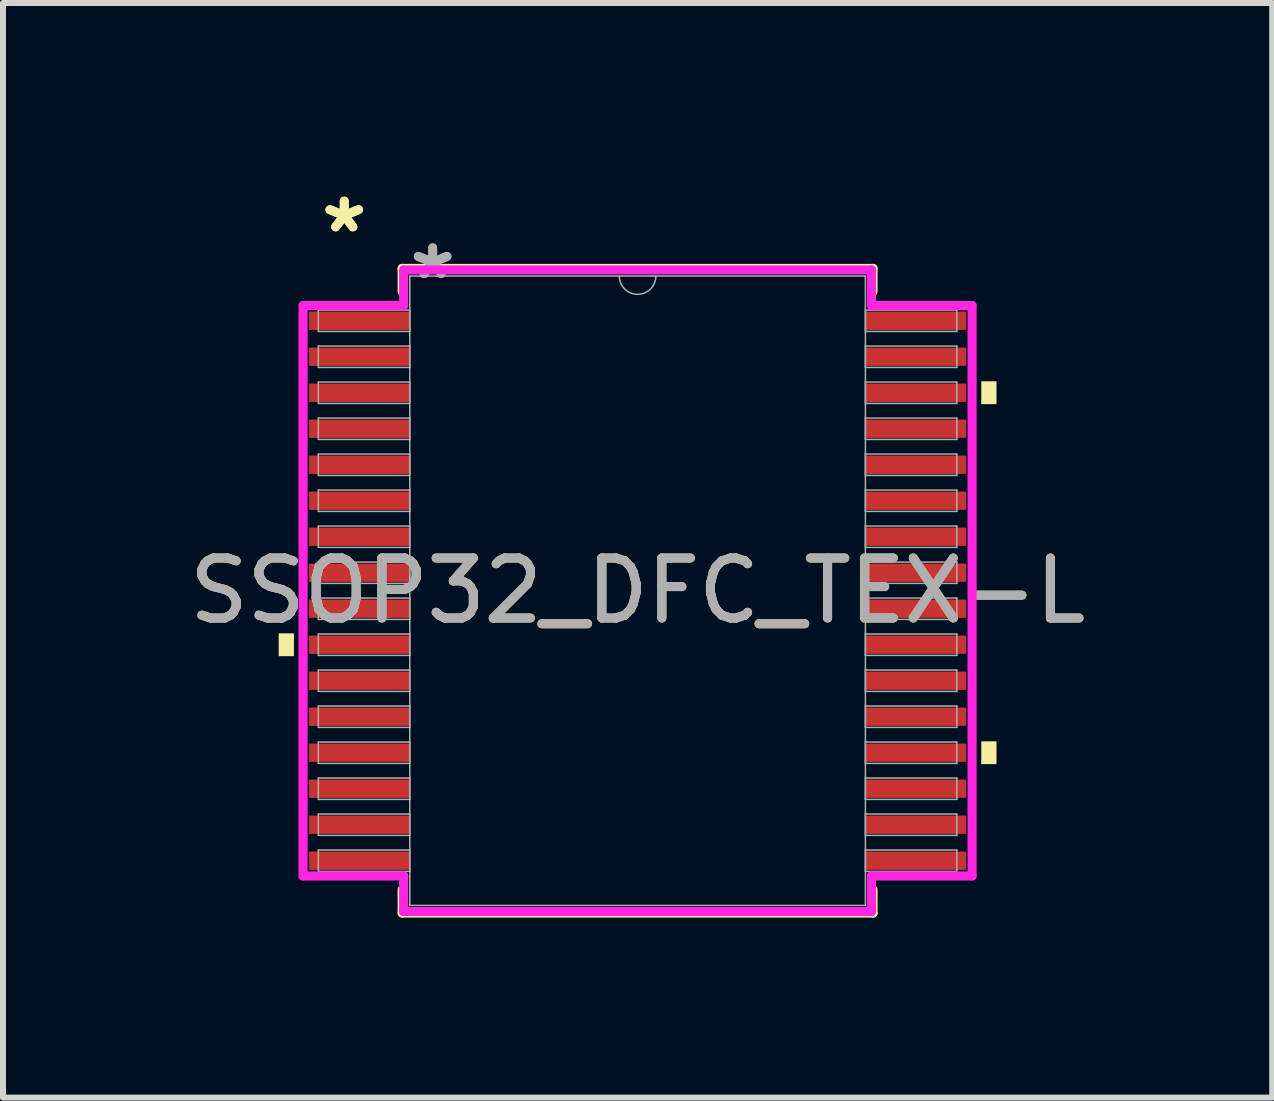
<source format=kicad_pcb>
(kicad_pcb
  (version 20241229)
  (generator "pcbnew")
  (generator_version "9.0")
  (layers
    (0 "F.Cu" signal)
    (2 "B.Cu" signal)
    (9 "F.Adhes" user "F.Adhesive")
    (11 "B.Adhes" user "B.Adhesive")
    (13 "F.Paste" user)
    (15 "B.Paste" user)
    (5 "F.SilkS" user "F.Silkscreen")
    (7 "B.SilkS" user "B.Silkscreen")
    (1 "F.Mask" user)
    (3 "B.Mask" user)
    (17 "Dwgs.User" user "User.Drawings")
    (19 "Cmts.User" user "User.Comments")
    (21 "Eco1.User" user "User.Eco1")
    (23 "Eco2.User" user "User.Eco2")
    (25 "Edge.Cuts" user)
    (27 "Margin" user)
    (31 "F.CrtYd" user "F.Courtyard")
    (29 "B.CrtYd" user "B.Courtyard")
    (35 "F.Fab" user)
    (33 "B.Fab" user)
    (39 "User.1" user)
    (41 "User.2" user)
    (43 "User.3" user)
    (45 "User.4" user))
  (footprint "SSOP32_DFC_TEX-L"
    (layer "F.Cu")
    (at 7.577 6.796)
    (property "Reference" "SSOP32_DFC_TEX-L" (at 0 0 0) (unlocked yes) (layer "F.SilkS") (effects (font (size 1 1) (thickness 0.15))))
    (attr smd)
    (fp_line (start -3.924 -5.372) (end -3.924 -4.985) (stroke (width 0.152) (type solid)) (layer "F.SilkS"))
    (fp_line (start -3.924 4.985) (end -3.924 5.372) (stroke (width 0.152) (type solid)) (layer "F.SilkS"))
    (fp_line (start -3.924 5.372) (end 3.924 5.372) (stroke (width 0.152) (type solid)) (layer "F.SilkS"))
    (fp_line (start 3.924 -5.372) (end -3.924 -5.372) (stroke (width 0.152) (type solid)) (layer "F.SilkS"))
    (fp_line (start 3.924 -4.985) (end 3.924 -5.372) (stroke (width 0.152) (type solid)) (layer "F.SilkS"))
    (fp_line (start 3.924 5.372) (end 3.924 4.985) (stroke (width 0.152) (type solid)) (layer "F.SilkS"))
    (fp_poly (pts (xy -5.982 0.71) (xy -5.982 1.091) (xy -5.728 1.091) (xy -5.728 0.71)) (stroke (width 0) (type solid)) (fill yes) (layer "F.SilkS"))
    (fp_poly (pts (xy 5.982 -3.491) (xy 5.982 -3.11) (xy 5.728 -3.11) (xy 5.728 -3.491)) (stroke (width 0) (type solid)) (fill yes) (layer "F.SilkS"))
    (fp_poly (pts (xy 5.982 2.51) (xy 5.982 2.89) (xy 5.728 2.89) (xy 5.728 2.51)) (stroke (width 0) (type solid)) (fill yes) (layer "F.SilkS"))
    (fp_line (start -5.575 -4.754) (end -3.899 -4.754) (stroke (width 0.152) (type solid)) (layer "F.CrtYd"))
    (fp_line (start -5.575 4.754) (end -5.575 -4.754) (stroke (width 0.152) (type solid)) (layer "F.CrtYd"))
    (fp_line (start -5.575 4.754) (end -3.899 4.754) (stroke (width 0.152) (type solid)) (layer "F.CrtYd"))
    (fp_line (start -3.899 -5.347) (end 3.899 -5.347) (stroke (width 0.152) (type solid)) (layer "F.CrtYd"))
    (fp_line (start -3.899 -4.754) (end -3.899 -5.347) (stroke (width 0.152) (type solid)) (layer "F.CrtYd"))
    (fp_line (start -3.899 5.347) (end -3.899 4.754) (stroke (width 0.152) (type solid)) (layer "F.CrtYd"))
    (fp_line (start 3.899 -5.347) (end 3.899 -4.754) (stroke (width 0.152) (type solid)) (layer "F.CrtYd"))
    (fp_line (start 3.899 4.754) (end 3.899 5.347) (stroke (width 0.152) (type solid)) (layer "F.CrtYd"))
    (fp_line (start 3.899 5.347) (end -3.899 5.347) (stroke (width 0.152) (type solid)) (layer "F.CrtYd"))
    (fp_line (start 5.575 -4.754) (end 3.899 -4.754) (stroke (width 0.152) (type solid)) (layer "F.CrtYd"))
    (fp_line (start 5.575 -4.754) (end 5.575 4.754) (stroke (width 0.152) (type solid)) (layer "F.CrtYd"))
    (fp_line (start 5.575 4.754) (end 3.899 4.754) (stroke (width 0.152) (type solid)) (layer "F.CrtYd"))
    (fp_line (start -5.321 -4.678) (end -5.321 -4.322) (stroke (width 0.025) (type solid)) (layer "F.Fab"))
    (fp_line (start -5.321 -4.322) (end -3.797 -4.322) (stroke (width 0.025) (type solid)) (layer "F.Fab"))
    (fp_line (start -5.321 -4.078) (end -5.321 -3.722) (stroke (width 0.025) (type solid)) (layer "F.Fab"))
    (fp_line (start -5.321 -3.722) (end -3.797 -3.722) (stroke (width 0.025) (type solid)) (layer "F.Fab"))
    (fp_line (start -5.321 -3.478) (end -5.321 -3.122) (stroke (width 0.025) (type solid)) (layer "F.Fab"))
    (fp_line (start -5.321 -3.122) (end -3.797 -3.122) (stroke (width 0.025) (type solid)) (layer "F.Fab"))
    (fp_line (start -5.321 -2.878) (end -5.321 -2.522) (stroke (width 0.025) (type solid)) (layer "F.Fab"))
    (fp_line (start -5.321 -2.522) (end -3.797 -2.522) (stroke (width 0.025) (type solid)) (layer "F.Fab"))
    (fp_line (start -5.321 -2.278) (end -5.321 -1.922) (stroke (width 0.025) (type solid)) (layer "F.Fab"))
    (fp_line (start -5.321 -1.922) (end -3.797 -1.922) (stroke (width 0.025) (type solid)) (layer "F.Fab"))
    (fp_line (start -5.321 -1.678) (end -5.321 -1.322) (stroke (width 0.025) (type solid)) (layer "F.Fab"))
    (fp_line (start -5.321 -1.322) (end -3.797 -1.322) (stroke (width 0.025) (type solid)) (layer "F.Fab"))
    (fp_line (start -5.321 -1.078) (end -5.321 -0.722) (stroke (width 0.025) (type solid)) (layer "F.Fab"))
    (fp_line (start -5.321 -0.722) (end -3.797 -0.722) (stroke (width 0.025) (type solid)) (layer "F.Fab"))
    (fp_line (start -5.321 -0.478) (end -5.321 -0.122) (stroke (width 0.025) (type solid)) (layer "F.Fab"))
    (fp_line (start -5.321 -0.122) (end -3.797 -0.122) (stroke (width 0.025) (type solid)) (layer "F.Fab"))
    (fp_line (start -5.321 0.122) (end -5.321 0.478) (stroke (width 0.025) (type solid)) (layer "F.Fab"))
    (fp_line (start -5.321 0.478) (end -3.797 0.478) (stroke (width 0.025) (type solid)) (layer "F.Fab"))
    (fp_line (start -5.321 0.722) (end -5.321 1.078) (stroke (width 0.025) (type solid)) (layer "F.Fab"))
    (fp_line (start -5.321 1.078) (end -3.797 1.078) (stroke (width 0.025) (type solid)) (layer "F.Fab"))
    (fp_line (start -5.321 1.322) (end -5.321 1.678) (stroke (width 0.025) (type solid)) (layer "F.Fab"))
    (fp_line (start -5.321 1.678) (end -3.797 1.678) (stroke (width 0.025) (type solid)) (layer "F.Fab"))
    (fp_line (start -5.321 1.922) (end -5.321 2.278) (stroke (width 0.025) (type solid)) (layer "F.Fab"))
    (fp_line (start -5.321 2.278) (end -3.797 2.278) (stroke (width 0.025) (type solid)) (layer "F.Fab"))
    (fp_line (start -5.321 2.522) (end -5.321 2.878) (stroke (width 0.025) (type solid)) (layer "F.Fab"))
    (fp_line (start -5.321 2.878) (end -3.797 2.878) (stroke (width 0.025) (type solid)) (layer "F.Fab"))
    (fp_line (start -5.321 3.122) (end -5.321 3.478) (stroke (width 0.025) (type solid)) (layer "F.Fab"))
    (fp_line (start -5.321 3.478) (end -3.797 3.478) (stroke (width 0.025) (type solid)) (layer "F.Fab"))
    (fp_line (start -5.321 3.722) (end -5.321 4.078) (stroke (width 0.025) (type solid)) (layer "F.Fab"))
    (fp_line (start -5.321 4.078) (end -3.797 4.078) (stroke (width 0.025) (type solid)) (layer "F.Fab"))
    (fp_line (start -5.321 4.322) (end -5.321 4.678) (stroke (width 0.025) (type solid)) (layer "F.Fab"))
    (fp_line (start -5.321 4.678) (end -3.797 4.678) (stroke (width 0.025) (type solid)) (layer "F.Fab"))
    (fp_line (start -3.797 -5.245) (end -3.797 5.245) (stroke (width 0.025) (type solid)) (layer "F.Fab"))
    (fp_line (start -3.797 -4.678) (end -5.321 -4.678) (stroke (width 0.025) (type solid)) (layer "F.Fab"))
    (fp_line (start -3.797 -4.322) (end -3.797 -4.678) (stroke (width 0.025) (type solid)) (layer "F.Fab"))
    (fp_line (start -3.797 -4.078) (end -5.321 -4.078) (stroke (width 0.025) (type solid)) (layer "F.Fab"))
    (fp_line (start -3.797 -3.722) (end -3.797 -4.078) (stroke (width 0.025) (type solid)) (layer "F.Fab"))
    (fp_line (start -3.797 -3.478) (end -5.321 -3.478) (stroke (width 0.025) (type solid)) (layer "F.Fab"))
    (fp_line (start -3.797 -3.122) (end -3.797 -3.478) (stroke (width 0.025) (type solid)) (layer "F.Fab"))
    (fp_line (start -3.797 -2.878) (end -5.321 -2.878) (stroke (width 0.025) (type solid)) (layer "F.Fab"))
    (fp_line (start -3.797 -2.522) (end -3.797 -2.878) (stroke (width 0.025) (type solid)) (layer "F.Fab"))
    (fp_line (start -3.797 -2.278) (end -5.321 -2.278) (stroke (width 0.025) (type solid)) (layer "F.Fab"))
    (fp_line (start -3.797 -1.922) (end -3.797 -2.278) (stroke (width 0.025) (type solid)) (layer "F.Fab"))
    (fp_line (start -3.797 -1.678) (end -5.321 -1.678) (stroke (width 0.025) (type solid)) (layer "F.Fab"))
    (fp_line (start -3.797 -1.322) (end -3.797 -1.678) (stroke (width 0.025) (type solid)) (layer "F.Fab"))
    (fp_line (start -3.797 -1.078) (end -5.321 -1.078) (stroke (width 0.025) (type solid)) (layer "F.Fab"))
    (fp_line (start -3.797 -0.722) (end -3.797 -1.078) (stroke (width 0.025) (type solid)) (layer "F.Fab"))
    (fp_line (start -3.797 -0.478) (end -5.321 -0.478) (stroke (width 0.025) (type solid)) (layer "F.Fab"))
    (fp_line (start -3.797 -0.122) (end -3.797 -0.478) (stroke (width 0.025) (type solid)) (layer "F.Fab"))
    (fp_line (start -3.797 0.122) (end -5.321 0.122) (stroke (width 0.025) (type solid)) (layer "F.Fab"))
    (fp_line (start -3.797 0.478) (end -3.797 0.122) (stroke (width 0.025) (type solid)) (layer "F.Fab"))
    (fp_line (start -3.797 0.722) (end -5.321 0.722) (stroke (width 0.025) (type solid)) (layer "F.Fab"))
    (fp_line (start -3.797 1.078) (end -3.797 0.722) (stroke (width 0.025) (type solid)) (layer "F.Fab"))
    (fp_line (start -3.797 1.322) (end -5.321 1.322) (stroke (width 0.025) (type solid)) (layer "F.Fab"))
    (fp_line (start -3.797 1.678) (end -3.797 1.322) (stroke (width 0.025) (type solid)) (layer "F.Fab"))
    (fp_line (start -3.797 1.922) (end -5.321 1.922) (stroke (width 0.025) (type solid)) (layer "F.Fab"))
    (fp_line (start -3.797 2.278) (end -3.797 1.922) (stroke (width 0.025) (type solid)) (layer "F.Fab"))
    (fp_line (start -3.797 2.522) (end -5.321 2.522) (stroke (width 0.025) (type solid)) (layer "F.Fab"))
    (fp_line (start -3.797 2.878) (end -3.797 2.522) (stroke (width 0.025) (type solid)) (layer "F.Fab"))
    (fp_line (start -3.797 3.122) (end -5.321 3.122) (stroke (width 0.025) (type solid)) (layer "F.Fab"))
    (fp_line (start -3.797 3.478) (end -3.797 3.122) (stroke (width 0.025) (type solid)) (layer "F.Fab"))
    (fp_line (start -3.797 3.722) (end -5.321 3.722) (stroke (width 0.025) (type solid)) (layer "F.Fab"))
    (fp_line (start -3.797 4.078) (end -3.797 3.722) (stroke (width 0.025) (type solid)) (layer "F.Fab"))
    (fp_line (start -3.797 4.322) (end -5.321 4.322) (stroke (width 0.025) (type solid)) (layer "F.Fab"))
    (fp_line (start -3.797 4.678) (end -3.797 4.322) (stroke (width 0.025) (type solid)) (layer "F.Fab"))
    (fp_line (start -3.797 5.245) (end 3.797 5.245) (stroke (width 0.025) (type solid)) (layer "F.Fab"))
    (fp_line (start 3.797 -5.245) (end -3.797 -5.245) (stroke (width 0.025) (type solid)) (layer "F.Fab"))
    (fp_line (start 3.797 -4.678) (end 3.797 -4.322) (stroke (width 0.025) (type solid)) (layer "F.Fab"))
    (fp_line (start 3.797 -4.322) (end 5.321 -4.322) (stroke (width 0.025) (type solid)) (layer "F.Fab"))
    (fp_line (start 3.797 -4.078) (end 3.797 -3.722) (stroke (width 0.025) (type solid)) (layer "F.Fab"))
    (fp_line (start 3.797 -3.722) (end 5.321 -3.722) (stroke (width 0.025) (type solid)) (layer "F.Fab"))
    (fp_line (start 3.797 -3.478) (end 3.797 -3.122) (stroke (width 0.025) (type solid)) (layer "F.Fab"))
    (fp_line (start 3.797 -3.122) (end 5.321 -3.122) (stroke (width 0.025) (type solid)) (layer "F.Fab"))
    (fp_line (start 3.797 -2.878) (end 3.797 -2.522) (stroke (width 0.025) (type solid)) (layer "F.Fab"))
    (fp_line (start 3.797 -2.522) (end 5.321 -2.522) (stroke (width 0.025) (type solid)) (layer "F.Fab"))
    (fp_line (start 3.797 -2.278) (end 3.797 -1.922) (stroke (width 0.025) (type solid)) (layer "F.Fab"))
    (fp_line (start 3.797 -1.922) (end 5.321 -1.922) (stroke (width 0.025) (type solid)) (layer "F.Fab"))
    (fp_line (start 3.797 -1.678) (end 3.797 -1.322) (stroke (width 0.025) (type solid)) (layer "F.Fab"))
    (fp_line (start 3.797 -1.322) (end 5.321 -1.322) (stroke (width 0.025) (type solid)) (layer "F.Fab"))
    (fp_line (start 3.797 -1.078) (end 3.797 -0.722) (stroke (width 0.025) (type solid)) (layer "F.Fab"))
    (fp_line (start 3.797 -0.722) (end 5.321 -0.722) (stroke (width 0.025) (type solid)) (layer "F.Fab"))
    (fp_line (start 3.797 -0.478) (end 3.797 -0.122) (stroke (width 0.025) (type solid)) (layer "F.Fab"))
    (fp_line (start 3.797 -0.122) (end 5.321 -0.122) (stroke (width 0.025) (type solid)) (layer "F.Fab"))
    (fp_line (start 3.797 0.122) (end 3.797 0.478) (stroke (width 0.025) (type solid)) (layer "F.Fab"))
    (fp_line (start 3.797 0.478) (end 5.321 0.478) (stroke (width 0.025) (type solid)) (layer "F.Fab"))
    (fp_line (start 3.797 0.722) (end 3.797 1.078) (stroke (width 0.025) (type solid)) (layer "F.Fab"))
    (fp_line (start 3.797 1.078) (end 5.321 1.078) (stroke (width 0.025) (type solid)) (layer "F.Fab"))
    (fp_line (start 3.797 1.322) (end 3.797 1.678) (stroke (width 0.025) (type solid)) (layer "F.Fab"))
    (fp_line (start 3.797 1.678) (end 5.321 1.678) (stroke (width 0.025) (type solid)) (layer "F.Fab"))
    (fp_line (start 3.797 1.922) (end 3.797 2.278) (stroke (width 0.025) (type solid)) (layer "F.Fab"))
    (fp_line (start 3.797 2.278) (end 5.321 2.278) (stroke (width 0.025) (type solid)) (layer "F.Fab"))
    (fp_line (start 3.797 2.522) (end 3.797 2.878) (stroke (width 0.025) (type solid)) (layer "F.Fab"))
    (fp_line (start 3.797 2.878) (end 5.321 2.878) (stroke (width 0.025) (type solid)) (layer "F.Fab"))
    (fp_line (start 3.797 3.122) (end 3.797 3.478) (stroke (width 0.025) (type solid)) (layer "F.Fab"))
    (fp_line (start 3.797 3.478) (end 5.321 3.478) (stroke (width 0.025) (type solid)) (layer "F.Fab"))
    (fp_line (start 3.797 3.722) (end 3.797 4.078) (stroke (width 0.025) (type solid)) (layer "F.Fab"))
    (fp_line (start 3.797 4.078) (end 5.321 4.078) (stroke (width 0.025) (type solid)) (layer "F.Fab"))
    (fp_line (start 3.797 4.322) (end 3.797 4.678) (stroke (width 0.025) (type solid)) (layer "F.Fab"))
    (fp_line (start 3.797 4.678) (end 5.321 4.678) (stroke (width 0.025) (type solid)) (layer "F.Fab"))
    (fp_line (start 3.797 5.245) (end 3.797 -5.245) (stroke (width 0.025) (type solid)) (layer "F.Fab"))
    (fp_line (start 5.321 -4.678) (end 3.797 -4.678) (stroke (width 0.025) (type solid)) (layer "F.Fab"))
    (fp_line (start 5.321 -4.322) (end 5.321 -4.678) (stroke (width 0.025) (type solid)) (layer "F.Fab"))
    (fp_line (start 5.321 -4.078) (end 3.797 -4.078) (stroke (width 0.025) (type solid)) (layer "F.Fab"))
    (fp_line (start 5.321 -3.722) (end 5.321 -4.078) (stroke (width 0.025) (type solid)) (layer "F.Fab"))
    (fp_line (start 5.321 -3.478) (end 3.797 -3.478) (stroke (width 0.025) (type solid)) (layer "F.Fab"))
    (fp_line (start 5.321 -3.122) (end 5.321 -3.478) (stroke (width 0.025) (type solid)) (layer "F.Fab"))
    (fp_line (start 5.321 -2.878) (end 3.797 -2.878) (stroke (width 0.025) (type solid)) (layer "F.Fab"))
    (fp_line (start 5.321 -2.522) (end 5.321 -2.878) (stroke (width 0.025) (type solid)) (layer "F.Fab"))
    (fp_line (start 5.321 -2.278) (end 3.797 -2.278) (stroke (width 0.025) (type solid)) (layer "F.Fab"))
    (fp_line (start 5.321 -1.922) (end 5.321 -2.278) (stroke (width 0.025) (type solid)) (layer "F.Fab"))
    (fp_line (start 5.321 -1.678) (end 3.797 -1.678) (stroke (width 0.025) (type solid)) (layer "F.Fab"))
    (fp_line (start 5.321 -1.322) (end 5.321 -1.678) (stroke (width 0.025) (type solid)) (layer "F.Fab"))
    (fp_line (start 5.321 -1.078) (end 3.797 -1.078) (stroke (width 0.025) (type solid)) (layer "F.Fab"))
    (fp_line (start 5.321 -0.722) (end 5.321 -1.078) (stroke (width 0.025) (type solid)) (layer "F.Fab"))
    (fp_line (start 5.321 -0.478) (end 3.797 -0.478) (stroke (width 0.025) (type solid)) (layer "F.Fab"))
    (fp_line (start 5.321 -0.122) (end 5.321 -0.478) (stroke (width 0.025) (type solid)) (layer "F.Fab"))
    (fp_line (start 5.321 0.122) (end 3.797 0.122) (stroke (width 0.025) (type solid)) (layer "F.Fab"))
    (fp_line (start 5.321 0.478) (end 5.321 0.122) (stroke (width 0.025) (type solid)) (layer "F.Fab"))
    (fp_line (start 5.321 0.722) (end 3.797 0.722) (stroke (width 0.025) (type solid)) (layer "F.Fab"))
    (fp_line (start 5.321 1.078) (end 5.321 0.722) (stroke (width 0.025) (type solid)) (layer "F.Fab"))
    (fp_line (start 5.321 1.322) (end 3.797 1.322) (stroke (width 0.025) (type solid)) (layer "F.Fab"))
    (fp_line (start 5.321 1.678) (end 5.321 1.322) (stroke (width 0.025) (type solid)) (layer "F.Fab"))
    (fp_line (start 5.321 1.922) (end 3.797 1.922) (stroke (width 0.025) (type solid)) (layer "F.Fab"))
    (fp_line (start 5.321 2.278) (end 5.321 1.922) (stroke (width 0.025) (type solid)) (layer "F.Fab"))
    (fp_line (start 5.321 2.522) (end 3.797 2.522) (stroke (width 0.025) (type solid)) (layer "F.Fab"))
    (fp_line (start 5.321 2.878) (end 5.321 2.522) (stroke (width 0.025) (type solid)) (layer "F.Fab"))
    (fp_line (start 5.321 3.122) (end 3.797 3.122) (stroke (width 0.025) (type solid)) (layer "F.Fab"))
    (fp_line (start 5.321 3.478) (end 5.321 3.122) (stroke (width 0.025) (type solid)) (layer "F.Fab"))
    (fp_line (start 5.321 3.722) (end 3.797 3.722) (stroke (width 0.025) (type solid)) (layer "F.Fab"))
    (fp_line (start 5.321 4.078) (end 5.321 3.722) (stroke (width 0.025) (type solid)) (layer "F.Fab"))
    (fp_line (start 5.321 4.322) (end 3.797 4.322) (stroke (width 0.025) (type solid)) (layer "F.Fab"))
    (fp_line (start 5.321 4.678) (end 5.321 4.322) (stroke (width 0.025) (type solid)) (layer "F.Fab"))
    (fp_arc (start 0.3048 -5.2451) (mid 0 -4.9403) (end -0.3048 -5.2451) (stroke (width 0.0254) (type solid)) (layer "F.Fab"))
    (fp_text user "*" (at -4.889 -5.948 0) (unlocked yes) (layer "F.SilkS") (effects (font (size 1 1) (thickness 0.15))))
    (fp_text user "*" (at -4.889 -5.948 0) (layer "F.SilkS") (effects (font (size 1 1) (thickness 0.15))))
    (fp_text user "${REFERENCE}" (at 0 0 0) (unlocked yes) (layer "F.Fab") (effects (font (size 1 1) (thickness 0.15))))
    (fp_text user "*" (at -3.416 -5.169 0) (unlocked yes) (layer "F.Fab") (effects (font (size 1 1) (thickness 0.15))))
    (fp_text user "*" (at -3.416 -5.169 0) (layer "F.Fab") (effects (font (size 1 1) (thickness 0.15))))
    (pad "1" smd rect (at -4.636 -4.5) (size 1.676 0.305) (layers "F.Cu" "F.Mask" "F.Paste"))
    (pad "2" smd rect (at -4.636 -3.9) (size 1.676 0.305) (layers "F.Cu" "F.Mask" "F.Paste"))
    (pad "3" smd rect (at -4.636 -3.3) (size 1.676 0.305) (layers "F.Cu" "F.Mask" "F.Paste"))
    (pad "4" smd rect (at -4.636 -2.7) (size 1.676 0.305) (layers "F.Cu" "F.Mask" "F.Paste"))
    (pad "5" smd rect (at -4.636 -2.1) (size 1.676 0.305) (layers "F.Cu" "F.Mask" "F.Paste"))
    (pad "6" smd rect (at -4.636 -1.5) (size 1.676 0.305) (layers "F.Cu" "F.Mask" "F.Paste"))
    (pad "7" smd rect (at -4.636 -0.9) (size 1.676 0.305) (layers "F.Cu" "F.Mask" "F.Paste"))
    (pad "8" smd rect (at -4.636 -0.3) (size 1.676 0.305) (layers "F.Cu" "F.Mask" "F.Paste"))
    (pad "9" smd rect (at -4.636 0.3) (size 1.676 0.305) (layers "F.Cu" "F.Mask" "F.Paste"))
    (pad "10" smd rect (at -4.636 0.9) (size 1.676 0.305) (layers "F.Cu" "F.Mask" "F.Paste"))
    (pad "11" smd rect (at -4.636 1.5) (size 1.676 0.305) (layers "F.Cu" "F.Mask" "F.Paste"))
    (pad "12" smd rect (at -4.636 2.1) (size 1.676 0.305) (layers "F.Cu" "F.Mask" "F.Paste"))
    (pad "13" smd rect (at -4.636 2.7) (size 1.676 0.305) (layers "F.Cu" "F.Mask" "F.Paste"))
    (pad "14" smd rect (at -4.636 3.3) (size 1.676 0.305) (layers "F.Cu" "F.Mask" "F.Paste"))
    (pad "15" smd rect (at -4.636 3.9) (size 1.676 0.305) (layers "F.Cu" "F.Mask" "F.Paste"))
    (pad "16" smd rect (at -4.636 4.5) (size 1.676 0.305) (layers "F.Cu" "F.Mask" "F.Paste"))
    (pad "17" smd rect (at 4.636 4.5) (size 1.676 0.305) (layers "F.Cu" "F.Mask" "F.Paste"))
    (pad "18" smd rect (at 4.636 3.9) (size 1.676 0.305) (layers "F.Cu" "F.Mask" "F.Paste"))
    (pad "19" smd rect (at 4.636 3.3) (size 1.676 0.305) (layers "F.Cu" "F.Mask" "F.Paste"))
    (pad "20" smd rect (at 4.636 2.7) (size 1.676 0.305) (layers "F.Cu" "F.Mask" "F.Paste"))
    (pad "21" smd rect (at 4.636 2.1) (size 1.676 0.305) (layers "F.Cu" "F.Mask" "F.Paste"))
    (pad "22" smd rect (at 4.636 1.5) (size 1.676 0.305) (layers "F.Cu" "F.Mask" "F.Paste"))
    (pad "23" smd rect (at 4.636 0.9) (size 1.676 0.305) (layers "F.Cu" "F.Mask" "F.Paste"))
    (pad "24" smd rect (at 4.636 0.3) (size 1.676 0.305) (layers "F.Cu" "F.Mask" "F.Paste"))
    (pad "25" smd rect (at 4.636 -0.3) (size 1.676 0.305) (layers "F.Cu" "F.Mask" "F.Paste"))
    (pad "26" smd rect (at 4.636 -0.9) (size 1.676 0.305) (layers "F.Cu" "F.Mask" "F.Paste"))
    (pad "27" smd rect (at 4.636 -1.5) (size 1.676 0.305) (layers "F.Cu" "F.Mask" "F.Paste"))
    (pad "28" smd rect (at 4.636 -2.1) (size 1.676 0.305) (layers "F.Cu" "F.Mask" "F.Paste"))
    (pad "29" smd rect (at 4.636 -2.7) (size 1.676 0.305) (layers "F.Cu" "F.Mask" "F.Paste"))
    (pad "30" smd rect (at 4.636 -3.3) (size 1.676 0.305) (layers "F.Cu" "F.Mask" "F.Paste"))
    (pad "31" smd rect (at 4.636 -3.9) (size 1.676 0.305) (layers "F.Cu" "F.Mask" "F.Paste"))
    (pad "32" smd rect (at 4.636 -4.5) (size 1.676 0.305) (layers "F.Cu" "F.Mask" "F.Paste")))
  (gr_rect
    (start -3 -3)
    (end 18.155 15.244)
    (stroke (width 0.1) (type default))
    (fill no)
    (layer "Edge.Cuts")))
</source>
